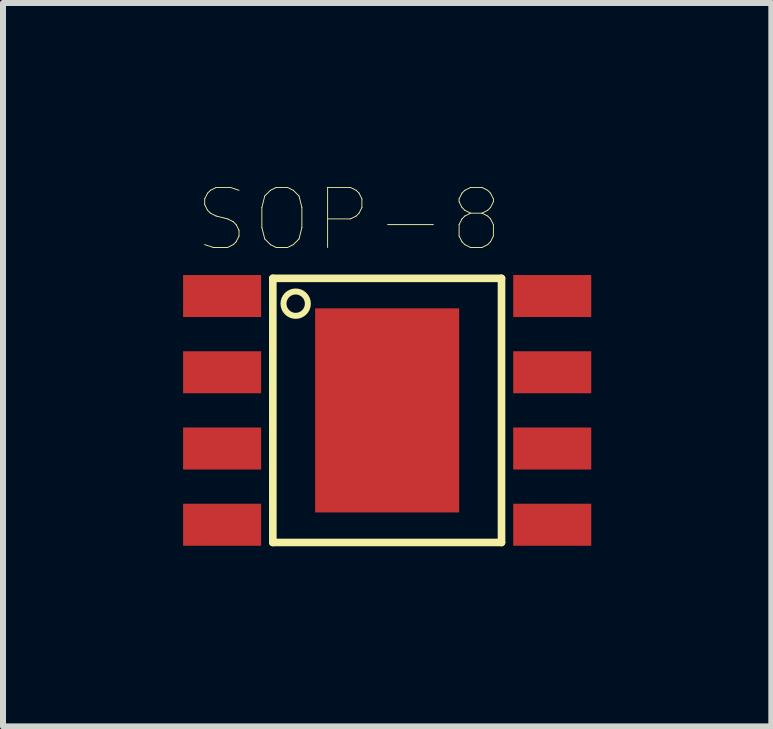
<source format=kicad_pcb>
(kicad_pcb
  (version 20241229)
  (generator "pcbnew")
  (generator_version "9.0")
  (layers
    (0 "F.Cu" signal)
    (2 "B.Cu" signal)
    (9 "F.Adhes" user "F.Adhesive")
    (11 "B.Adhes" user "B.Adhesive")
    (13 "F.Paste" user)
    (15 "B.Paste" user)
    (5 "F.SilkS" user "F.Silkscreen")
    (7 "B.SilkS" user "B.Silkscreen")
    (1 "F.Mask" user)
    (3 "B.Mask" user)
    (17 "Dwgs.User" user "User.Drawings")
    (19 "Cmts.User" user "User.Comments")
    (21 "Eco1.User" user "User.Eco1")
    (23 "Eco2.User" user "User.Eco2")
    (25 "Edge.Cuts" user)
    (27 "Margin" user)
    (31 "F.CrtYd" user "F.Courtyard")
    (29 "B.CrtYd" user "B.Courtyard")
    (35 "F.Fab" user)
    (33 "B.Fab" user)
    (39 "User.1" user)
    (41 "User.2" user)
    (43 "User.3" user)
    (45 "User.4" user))
  (footprint "SOP-8"
    (layer "F.Cu")
    (at 3.4 3.787)
    (property "Reference" "SOP-8" (at -0.635 -3.176 0) (layer "F.SilkS") (effects (font (size 1 1) (thickness 0.015))))
    (attr through_hole)
    (fp_line (start -1.905 -2.2) (end -1.905 2.2) (stroke (width 0.127) (type solid)) (layer "F.SilkS"))
    (fp_line (start -1.905 2.2) (end 1.905 2.2) (stroke (width 0.127) (type solid)) (layer "F.SilkS"))
    (fp_line (start 1.905 -2.2) (end -1.905 -2.2) (stroke (width 0.127) (type solid)) (layer "F.SilkS"))
    (fp_line (start 1.905 2.2) (end 1.905 -2.2) (stroke (width 0.127) (type solid)) (layer "F.SilkS"))
    (fp_circle (center -1.524 -1.778) (end -1.321 -1.778) (stroke (width 0.1) (type solid)) (fill no) (layer "F.SilkS"))
    (pad "1" smd rect (at -2.75 -1.905) (size 1.3 0.7) (layers "F.Cu" "F.Mask" "F.Paste"))
    (pad "2" smd rect (at -2.75 -0.635) (size 1.3 0.7) (layers "F.Cu" "F.Mask" "F.Paste"))
    (pad "3" smd rect (at -2.75 0.635) (size 1.3 0.7) (layers "F.Cu" "F.Mask" "F.Paste"))
    (pad "3" smd rect (at 0 0) (size 2.4 3.4) (layers "F.Cu" "F.Mask" "F.Paste"))
    (pad "4" smd rect (at -2.75 1.905) (size 1.3 0.7) (layers "F.Cu" "F.Mask" "F.Paste"))
    (pad "5" smd rect (at 2.75 1.905) (size 1.3 0.7) (layers "F.Cu" "F.Mask" "F.Paste"))
    (pad "6" smd rect (at 2.75 0.635) (size 1.3 0.7) (layers "F.Cu" "F.Mask" "F.Paste"))
    (pad "7" smd rect (at 2.75 -0.635) (size 1.3 0.7) (layers "F.Cu" "F.Mask" "F.Paste"))
    (pad "8" smd rect (at 2.75 -1.905) (size 1.3 0.7) (layers "F.Cu" "F.Mask" "F.Paste")))
  (gr_rect
    (start -3 -3)
    (end 9.8 9.051)
    (stroke (width 0.1) (type default))
    (fill no)
    (layer "Edge.Cuts")))
</source>
